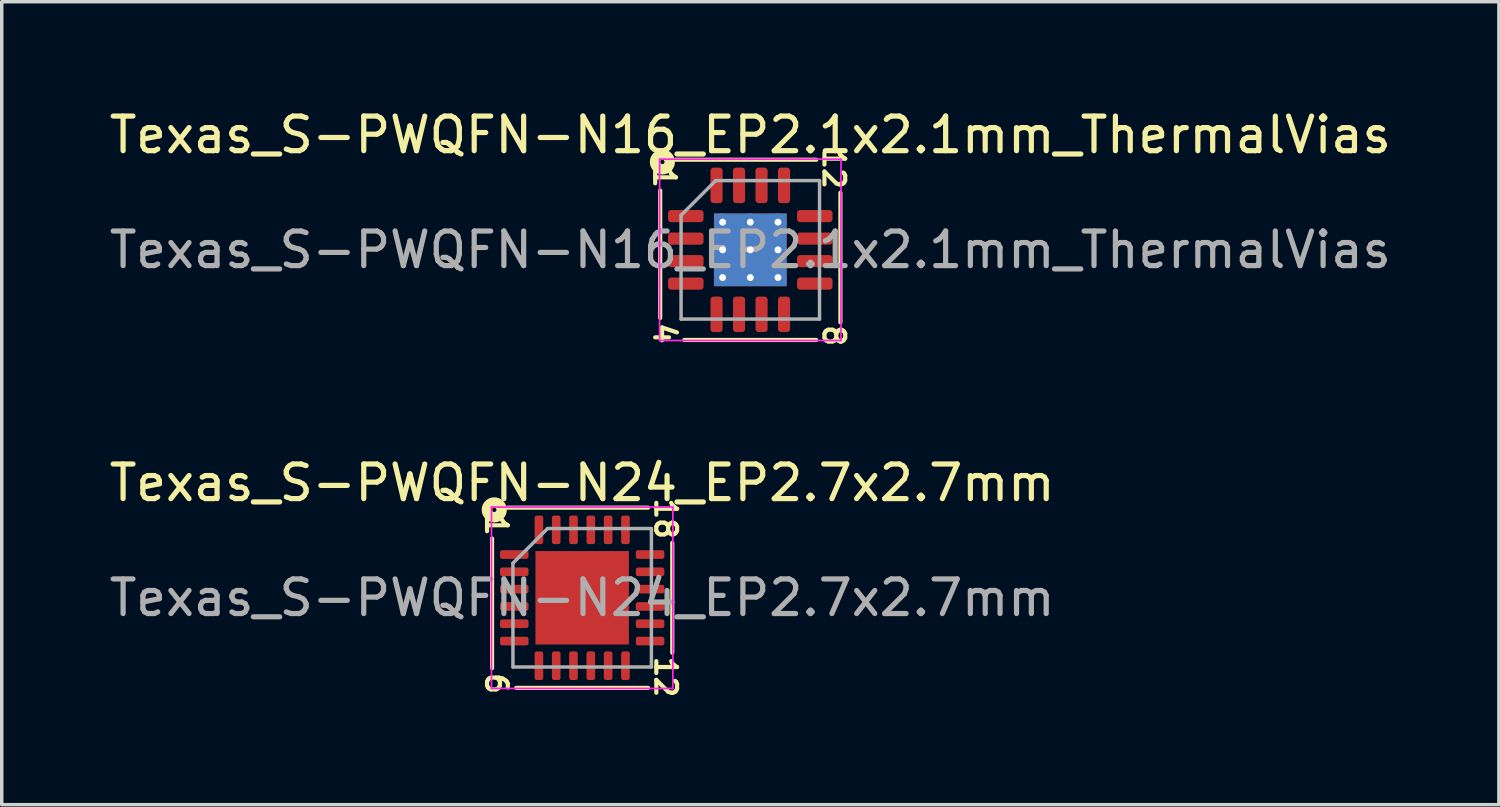
<source format=kicad_pcb>
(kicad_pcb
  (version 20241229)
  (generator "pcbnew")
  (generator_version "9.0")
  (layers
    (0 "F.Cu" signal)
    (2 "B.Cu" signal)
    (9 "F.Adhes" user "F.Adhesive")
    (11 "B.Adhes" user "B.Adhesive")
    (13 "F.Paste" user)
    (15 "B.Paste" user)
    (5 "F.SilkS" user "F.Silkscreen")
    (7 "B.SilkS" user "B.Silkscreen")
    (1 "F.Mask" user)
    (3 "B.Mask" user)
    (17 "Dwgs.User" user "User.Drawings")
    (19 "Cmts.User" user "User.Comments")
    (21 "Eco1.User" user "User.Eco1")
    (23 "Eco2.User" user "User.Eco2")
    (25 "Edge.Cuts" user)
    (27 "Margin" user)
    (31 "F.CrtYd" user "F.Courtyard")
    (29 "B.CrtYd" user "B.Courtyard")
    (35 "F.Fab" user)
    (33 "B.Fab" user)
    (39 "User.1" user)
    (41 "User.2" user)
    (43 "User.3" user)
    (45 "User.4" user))
  (footprint "Texas_S-PWQFN-N24_EP2.7x2.7mm"
    (layer "F.Cu")
    (at 13.768 14.219)
    (property "Reference" "Texas_S-PWQFN-N24_EP2.7x2.7mm" (at 0 -3.32 0) (layer "F.SilkS") (effects (font (size 1 1) (thickness 0.15))))
    (attr smd)
    (fp_line (start -2.603 -1.714) (end -2.603 2.032) (stroke (width 0.12) (type solid)) (layer "F.SilkS"))
    (fp_line (start -1.905 2.603) (end 1.905 2.603) (stroke (width 0.12) (type solid)) (layer "F.SilkS"))
    (fp_line (start 1.905 -2.603) (end -2.159 -2.603) (stroke (width 0.12) (type solid)) (layer "F.SilkS"))
    (fp_line (start 2.603 1.587) (end 2.603 -1.587) (stroke (width 0.12) (type solid)) (layer "F.SilkS"))
    (fp_circle (center -2.54 -2.54) (end -2.477 -2.54) (stroke (width 0.3) (type solid)) (fill no) (layer "F.SilkS"))
    (fp_line (start -2.62 -2.62) (end -2.62 2.62) (stroke (width 0.05) (type solid)) (layer "F.CrtYd"))
    (fp_line (start -2.62 2.62) (end 2.62 2.62) (stroke (width 0.05) (type solid)) (layer "F.CrtYd"))
    (fp_line (start 2.62 -2.62) (end -2.62 -2.62) (stroke (width 0.05) (type solid)) (layer "F.CrtYd"))
    (fp_line (start 2.62 2.62) (end 2.62 -2.62) (stroke (width 0.05) (type solid)) (layer "F.CrtYd"))
    (fp_line (start -2 -1) (end -1 -2) (stroke (width 0.1) (type solid)) (layer "F.Fab"))
    (fp_line (start -2 2) (end -2 -1) (stroke (width 0.1) (type solid)) (layer "F.Fab"))
    (fp_line (start -1 -2) (end 2 -2) (stroke (width 0.1) (type solid)) (layer "F.Fab"))
    (fp_line (start 2 -2) (end 2 2) (stroke (width 0.1) (type solid)) (layer "F.Fab"))
    (fp_line (start 2 2) (end -2 2) (stroke (width 0.1) (type solid)) (layer "F.Fab"))
    (fp_text user "1" (at -2.477 -2.095 270) (unlocked yes) (layer "F.SilkS") (effects (font (size 0.6 0.6) (thickness 0.12))))
    (fp_text user "6" (at -2.477 2.477 270) (unlocked yes) (layer "F.SilkS") (effects (font (size 0.6 0.6) (thickness 0.12))))
    (fp_text user "18" (at 2.413 -2.286 270) (unlocked yes) (layer "F.SilkS") (effects (font (size 0.6 0.6) (thickness 0.12))))
    (fp_text user "12" (at 2.413 2.286 270) (unlocked yes) (layer "F.SilkS") (effects (font (size 0.6 0.6) (thickness 0.12))))
    (fp_text user "${REFERENCE}" (at 0 0 0) (layer "F.Fab") (effects (font (size 1 1) (thickness 0.15))))
    (pad "" smd roundrect (at -0.675 -0.675) (size 1.09 1.09) (layers "F.Paste") (roundrect_rratio 0.229))
    (pad "" smd roundrect (at -0.675 0.675) (size 1.09 1.09) (layers "F.Paste") (roundrect_rratio 0.229))
    (pad "" smd roundrect (at 0.675 -0.675) (size 1.09 1.09) (layers "F.Paste") (roundrect_rratio 0.229))
    (pad "" smd roundrect (at 0.675 0.675) (size 1.09 1.09) (layers "F.Paste") (roundrect_rratio 0.229))
    (pad "1" smd roundrect (at -1.962 -1.25) (size 0.825 0.25) (layers "F.Cu" "F.Mask" "F.Paste") (roundrect_rratio 0.25))
    (pad "2" smd roundrect (at -1.962 -0.75) (size 0.825 0.25) (layers "F.Cu" "F.Mask" "F.Paste") (roundrect_rratio 0.25))
    (pad "3" smd roundrect (at -1.962 -0.25) (size 0.825 0.25) (layers "F.Cu" "F.Mask" "F.Paste") (roundrect_rratio 0.25))
    (pad "4" smd roundrect (at -1.962 0.25) (size 0.825 0.25) (layers "F.Cu" "F.Mask" "F.Paste") (roundrect_rratio 0.25))
    (pad "5" smd roundrect (at -1.962 0.75) (size 0.825 0.25) (layers "F.Cu" "F.Mask" "F.Paste") (roundrect_rratio 0.25))
    (pad "6" smd roundrect (at -1.962 1.25) (size 0.825 0.25) (layers "F.Cu" "F.Mask" "F.Paste") (roundrect_rratio 0.25))
    (pad "7" smd roundrect (at -1.25 1.962) (size 0.25 0.825) (layers "F.Cu" "F.Mask" "F.Paste") (roundrect_rratio 0.25))
    (pad "8" smd roundrect (at -0.75 1.962) (size 0.25 0.825) (layers "F.Cu" "F.Mask" "F.Paste") (roundrect_rratio 0.25))
    (pad "9" smd roundrect (at -0.25 1.962) (size 0.25 0.825) (layers "F.Cu" "F.Mask" "F.Paste") (roundrect_rratio 0.25))
    (pad "10" smd roundrect (at 0.25 1.962) (size 0.25 0.825) (layers "F.Cu" "F.Mask" "F.Paste") (roundrect_rratio 0.25))
    (pad "11" smd roundrect (at 0.75 1.962) (size 0.25 0.825) (layers "F.Cu" "F.Mask" "F.Paste") (roundrect_rratio 0.25))
    (pad "12" smd roundrect (at 1.25 1.962) (size 0.25 0.825) (layers "F.Cu" "F.Mask" "F.Paste") (roundrect_rratio 0.25))
    (pad "13" smd roundrect (at 1.962 1.25) (size 0.825 0.25) (layers "F.Cu" "F.Mask" "F.Paste") (roundrect_rratio 0.25))
    (pad "14" smd roundrect (at 1.962 0.75) (size 0.825 0.25) (layers "F.Cu" "F.Mask" "F.Paste") (roundrect_rratio 0.25))
    (pad "15" smd roundrect (at 1.962 0.25) (size 0.825 0.25) (layers "F.Cu" "F.Mask" "F.Paste") (roundrect_rratio 0.25))
    (pad "16" smd roundrect (at 1.962 -0.25) (size 0.825 0.25) (layers "F.Cu" "F.Mask" "F.Paste") (roundrect_rratio 0.25))
    (pad "17" smd roundrect (at 1.962 -0.75) (size 0.825 0.25) (layers "F.Cu" "F.Mask" "F.Paste") (roundrect_rratio 0.25))
    (pad "18" smd roundrect (at 1.962 -1.25) (size 0.825 0.25) (layers "F.Cu" "F.Mask" "F.Paste") (roundrect_rratio 0.25))
    (pad "19" smd roundrect (at 1.25 -1.962) (size 0.25 0.825) (layers "F.Cu" "F.Mask" "F.Paste") (roundrect_rratio 0.25))
    (pad "20" smd roundrect (at 0.75 -1.962) (size 0.25 0.825) (layers "F.Cu" "F.Mask" "F.Paste") (roundrect_rratio 0.25))
    (pad "21" smd roundrect (at 0.25 -1.962) (size 0.25 0.825) (layers "F.Cu" "F.Mask" "F.Paste") (roundrect_rratio 0.25))
    (pad "22" smd roundrect (at -0.25 -1.962) (size 0.25 0.825) (layers "F.Cu" "F.Mask" "F.Paste") (roundrect_rratio 0.25))
    (pad "23" smd roundrect (at -0.75 -1.962) (size 0.25 0.825) (layers "F.Cu" "F.Mask" "F.Paste") (roundrect_rratio 0.25))
    (pad "24" smd roundrect (at -1.25 -1.962) (size 0.25 0.825) (layers "F.Cu" "F.Mask" "F.Paste") (roundrect_rratio 0.25))
    (pad "25" smd rect (at 0 0) (size 2.7 2.7) (layers "F.Cu" "F.Mask")))
  (footprint "Texas_S-PWQFN-N16_EP2.1x2.1mm_ThermalVias"
    (layer "F.Cu")
    (at 18.625 4.168)
    (property "Reference" "Texas_S-PWQFN-N16_EP2.1x2.1mm_ThermalVias" (at 0 -3.32 0) (layer "F.SilkS") (effects (font (size 1 1) (thickness 0.15))))
    (attr smd)
    (fp_line (start -2.603 -1.714) (end -2.603 1.968) (stroke (width 0.12) (type solid)) (layer "F.SilkS"))
    (fp_line (start -1.905 2.603) (end 1.905 2.603) (stroke (width 0.12) (type solid)) (layer "F.SilkS"))
    (fp_line (start 1.905 -2.603) (end -2.159 -2.603) (stroke (width 0.12) (type solid)) (layer "F.SilkS"))
    (fp_line (start 2.603 2.095) (end 2.603 -1.651) (stroke (width 0.12) (type solid)) (layer "F.SilkS"))
    (fp_circle (center -2.54 -2.54) (end -2.477 -2.54) (stroke (width 0.3) (type solid)) (fill no) (layer "F.SilkS"))
    (fp_line (start -2.62 -2.62) (end -2.62 2.62) (stroke (width 0.05) (type solid)) (layer "F.CrtYd"))
    (fp_line (start -2.62 2.62) (end 2.62 2.62) (stroke (width 0.05) (type solid)) (layer "F.CrtYd"))
    (fp_line (start 2.62 -2.62) (end -2.62 -2.62) (stroke (width 0.05) (type solid)) (layer "F.CrtYd"))
    (fp_line (start 2.62 2.62) (end 2.62 -2.62) (stroke (width 0.05) (type solid)) (layer "F.CrtYd"))
    (fp_line (start -2 -1) (end -1 -2) (stroke (width 0.1) (type solid)) (layer "F.Fab"))
    (fp_line (start -2 2) (end -2 -1) (stroke (width 0.1) (type solid)) (layer "F.Fab"))
    (fp_line (start -1 -2) (end 2 -2) (stroke (width 0.1) (type solid)) (layer "F.Fab"))
    (fp_line (start 2 -2) (end 2 2) (stroke (width 0.1) (type solid)) (layer "F.Fab"))
    (fp_line (start 2 2) (end -2 2) (stroke (width 0.1) (type solid)) (layer "F.Fab"))
    (fp_text user "4" (at -2.477 2.413 270) (unlocked yes) (layer "F.SilkS") (effects (font (size 0.6 0.6) (thickness 0.12))))
    (fp_text user "12" (at 2.413 -2.349 270) (unlocked yes) (layer "F.SilkS") (effects (font (size 0.6 0.6) (thickness 0.12))))
    (fp_text user "1" (at -2.477 -2.095 270) (unlocked yes) (layer "F.SilkS") (effects (font (size 0.6 0.6) (thickness 0.12))))
    (fp_text user "8" (at 2.413 2.477 270) (unlocked yes) (layer "F.SilkS") (effects (font (size 0.6 0.6) (thickness 0.12))))
    (fp_text user "${REFERENCE}" (at 0 0 0) (layer "F.Fab") (effects (font (size 1 1) (thickness 0.15))))
    (pad "" smd roundrect (at -0.525 -0.525) (size 0.88 0.88) (layers "F.Paste") (roundrect_rratio 0.25))
    (pad "" smd roundrect (at -0.525 0.525) (size 0.88 0.88) (layers "F.Paste") (roundrect_rratio 0.25))
    (pad "" smd roundrect (at 0.525 -0.525) (size 0.88 0.88) (layers "F.Paste") (roundrect_rratio 0.25))
    (pad "" smd roundrect (at 0.525 0.525) (size 0.88 0.88) (layers "F.Paste") (roundrect_rratio 0.25))
    (pad "1" smd roundrect (at -1.863 -0.975) (size 1.025 0.35) (layers "F.Cu" "F.Mask" "F.Paste") (roundrect_rratio 0.25))
    (pad "2" smd roundrect (at -1.863 -0.325) (size 1.025 0.35) (layers "F.Cu" "F.Mask" "F.Paste") (roundrect_rratio 0.25))
    (pad "3" smd roundrect (at -1.863 0.325) (size 1.025 0.35) (layers "F.Cu" "F.Mask" "F.Paste") (roundrect_rratio 0.25))
    (pad "4" smd roundrect (at -1.863 0.975) (size 1.025 0.35) (layers "F.Cu" "F.Mask" "F.Paste") (roundrect_rratio 0.25))
    (pad "5" smd roundrect (at -0.975 1.863) (size 0.35 1.025) (layers "F.Cu" "F.Mask" "F.Paste") (roundrect_rratio 0.25))
    (pad "6" smd roundrect (at -0.325 1.863) (size 0.35 1.025) (layers "F.Cu" "F.Mask" "F.Paste") (roundrect_rratio 0.25))
    (pad "7" smd roundrect (at 0.325 1.863) (size 0.35 1.025) (layers "F.Cu" "F.Mask" "F.Paste") (roundrect_rratio 0.25))
    (pad "8" smd roundrect (at 0.975 1.863) (size 0.35 1.025) (layers "F.Cu" "F.Mask" "F.Paste") (roundrect_rratio 0.25))
    (pad "9" smd roundrect (at 1.863 0.975) (size 1.025 0.35) (layers "F.Cu" "F.Mask" "F.Paste") (roundrect_rratio 0.25))
    (pad "10" smd roundrect (at 1.863 0.325) (size 1.025 0.35) (layers "F.Cu" "F.Mask" "F.Paste") (roundrect_rratio 0.25))
    (pad "11" smd roundrect (at 1.863 -0.325) (size 1.025 0.35) (layers "F.Cu" "F.Mask" "F.Paste") (roundrect_rratio 0.25))
    (pad "12" smd roundrect (at 1.863 -0.975) (size 1.025 0.35) (layers "F.Cu" "F.Mask" "F.Paste") (roundrect_rratio 0.25))
    (pad "13" smd roundrect (at 0.975 -1.863) (size 0.35 1.025) (layers "F.Cu" "F.Mask" "F.Paste") (roundrect_rratio 0.25))
    (pad "14" smd roundrect (at 0.325 -1.863) (size 0.35 1.025) (layers "F.Cu" "F.Mask" "F.Paste") (roundrect_rratio 0.25))
    (pad "15" smd roundrect (at -0.325 -1.863) (size 0.35 1.025) (layers "F.Cu" "F.Mask" "F.Paste") (roundrect_rratio 0.25))
    (pad "16" smd roundrect (at -0.975 -1.863) (size 0.35 1.025) (layers "F.Cu" "F.Mask" "F.Paste") (roundrect_rratio 0.25))
    (pad "17" thru_hole circle (at -0.8 -0.8) (size 0.5 0.5) (drill 0.2) (layers "*.Cu"))
    (pad "17" thru_hole circle (at -0.8 0) (size 0.5 0.5) (drill 0.2) (layers "*.Cu"))
    (pad "17" thru_hole circle (at -0.8 0.8) (size 0.5 0.5) (drill 0.2) (layers "*.Cu"))
    (pad "17" thru_hole circle (at 0 -0.8) (size 0.5 0.5) (drill 0.2) (layers "*.Cu"))
    (pad "17" thru_hole circle (at 0 0) (size 0.5 0.5) (drill 0.2) (layers "*.Cu"))
    (pad "17" smd rect (at 0 0) (size 2.1 2.1) (layers "F.Cu" "F.Mask"))
    (pad "17" smd rect (at 0 0) (size 2.1 2.1) (layers "B.Cu" "B.Mask"))
    (pad "17" thru_hole circle (at 0 0.8) (size 0.5 0.5) (drill 0.2) (layers "*.Cu"))
    (pad "17" thru_hole circle (at 0.8 -0.8) (size 0.5 0.5) (drill 0.2) (layers "*.Cu"))
    (pad "17" thru_hole circle (at 0.8 0) (size 0.5 0.5) (drill 0.2) (layers "*.Cu"))
    (pad "17" thru_hole circle (at 0.8 0.8) (size 0.5 0.5) (drill 0.2) (layers "*.Cu")))
  (gr_rect
    (start -3 -3)
    (end 40.25 20.196)
    (stroke (width 0.1) (type default))
    (fill no)
    (layer "Edge.Cuts")))
</source>
